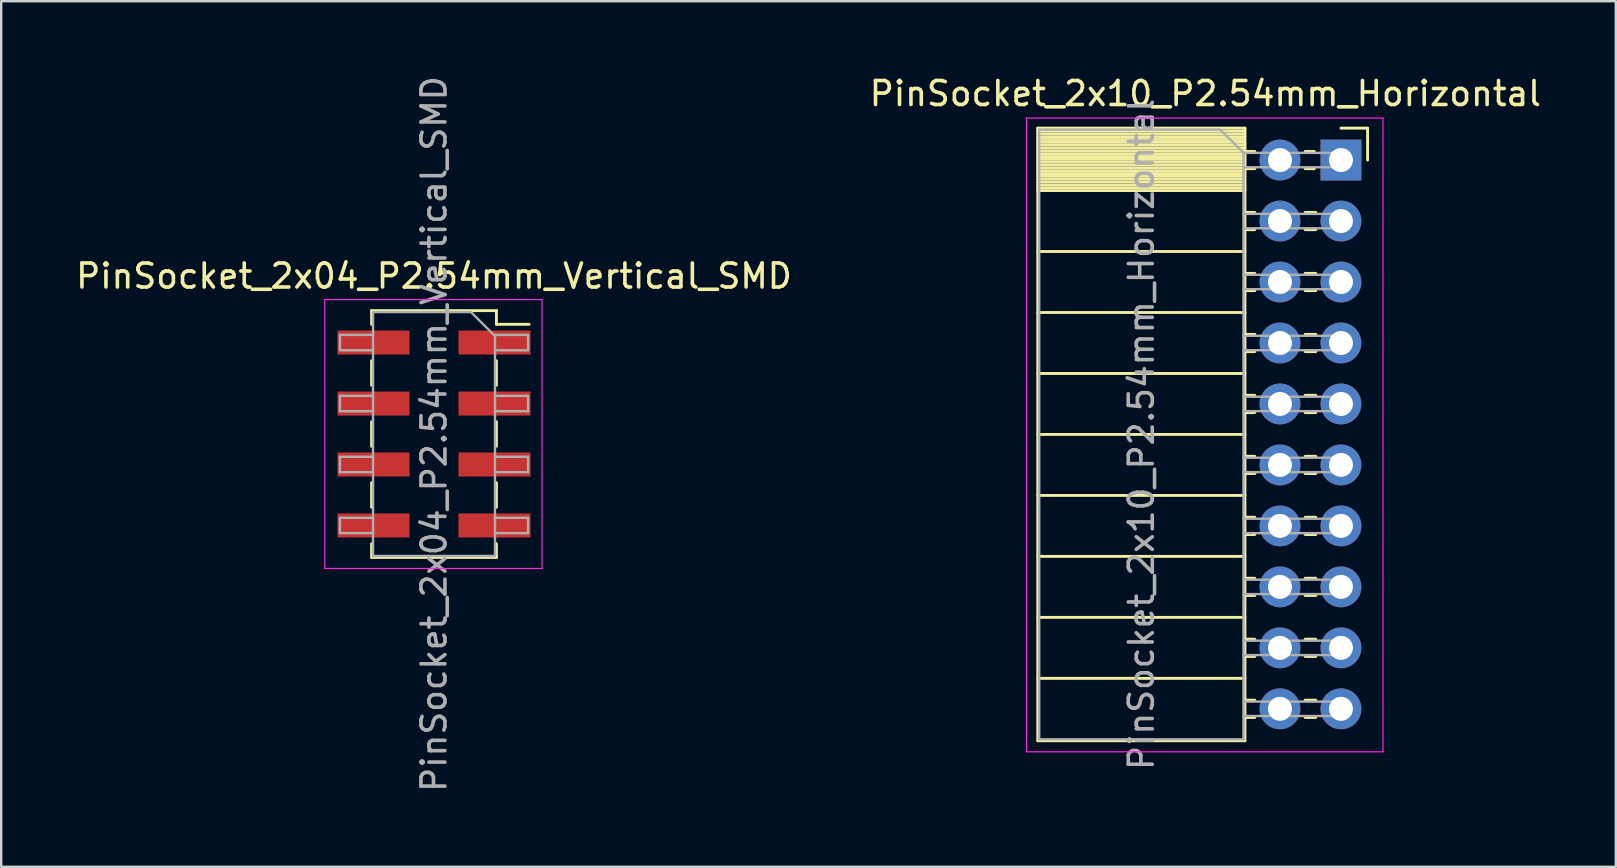
<source format=kicad_pcb>
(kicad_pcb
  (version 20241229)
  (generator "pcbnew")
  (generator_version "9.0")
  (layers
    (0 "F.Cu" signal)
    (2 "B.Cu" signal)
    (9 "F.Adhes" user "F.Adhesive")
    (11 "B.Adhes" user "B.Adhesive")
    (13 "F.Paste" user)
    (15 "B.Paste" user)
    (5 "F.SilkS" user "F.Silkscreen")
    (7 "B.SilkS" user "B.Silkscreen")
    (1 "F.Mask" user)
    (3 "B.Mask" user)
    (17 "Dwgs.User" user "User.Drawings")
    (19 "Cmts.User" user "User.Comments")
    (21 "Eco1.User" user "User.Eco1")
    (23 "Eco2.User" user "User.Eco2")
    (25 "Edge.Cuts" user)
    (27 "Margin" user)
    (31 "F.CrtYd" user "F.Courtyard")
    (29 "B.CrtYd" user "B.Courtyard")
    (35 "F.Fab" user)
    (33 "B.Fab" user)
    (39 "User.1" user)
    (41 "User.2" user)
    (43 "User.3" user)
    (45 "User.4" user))
  (footprint "PinSocket_2x10_P2.54mm_Horizontal"
    (layer "F.Cu")
    (at 52.811 3.618)
    (property "Reference" "PinSocket_2x10_P2.54mm_Horizontal" (at -5.65 -2.77 0) (layer "F.SilkS") (effects (font (size 1 1) (thickness 0.15))))
    (attr through_hole)
    (fp_line (start -12.63 -1.33) (end -12.63 24.19) (stroke (width 0.12) (type solid)) (layer "F.SilkS"))
    (fp_line (start -12.63 -1.33) (end -4 -1.33) (stroke (width 0.12) (type solid)) (layer "F.SilkS"))
    (fp_line (start -12.63 -1.21) (end -4 -1.21) (stroke (width 0.12) (type solid)) (layer "F.SilkS"))
    (fp_line (start -12.63 -1.092) (end -4 -1.092) (stroke (width 0.12) (type solid)) (layer "F.SilkS"))
    (fp_line (start -12.63 -0.974) (end -4 -0.974) (stroke (width 0.12) (type solid)) (layer "F.SilkS"))
    (fp_line (start -12.63 -0.856) (end -4 -0.856) (stroke (width 0.12) (type solid)) (layer "F.SilkS"))
    (fp_line (start -12.63 -0.738) (end -4 -0.738) (stroke (width 0.12) (type solid)) (layer "F.SilkS"))
    (fp_line (start -12.63 -0.62) (end -4 -0.62) (stroke (width 0.12) (type solid)) (layer "F.SilkS"))
    (fp_line (start -12.63 -0.501) (end -4 -0.501) (stroke (width 0.12) (type solid)) (layer "F.SilkS"))
    (fp_line (start -12.63 -0.383) (end -4 -0.383) (stroke (width 0.12) (type solid)) (layer "F.SilkS"))
    (fp_line (start -12.63 -0.265) (end -4 -0.265) (stroke (width 0.12) (type solid)) (layer "F.SilkS"))
    (fp_line (start -12.63 -0.147) (end -4 -0.147) (stroke (width 0.12) (type solid)) (layer "F.SilkS"))
    (fp_line (start -12.63 -0.029) (end -4 -0.029) (stroke (width 0.12) (type solid)) (layer "F.SilkS"))
    (fp_line (start -12.63 0.089) (end -4 0.089) (stroke (width 0.12) (type solid)) (layer "F.SilkS"))
    (fp_line (start -12.63 0.207) (end -4 0.207) (stroke (width 0.12) (type solid)) (layer "F.SilkS"))
    (fp_line (start -12.63 0.325) (end -4 0.325) (stroke (width 0.12) (type solid)) (layer "F.SilkS"))
    (fp_line (start -12.63 0.443) (end -4 0.443) (stroke (width 0.12) (type solid)) (layer "F.SilkS"))
    (fp_line (start -12.63 0.561) (end -4 0.561) (stroke (width 0.12) (type solid)) (layer "F.SilkS"))
    (fp_line (start -12.63 0.68) (end -4 0.68) (stroke (width 0.12) (type solid)) (layer "F.SilkS"))
    (fp_line (start -12.63 0.798) (end -4 0.798) (stroke (width 0.12) (type solid)) (layer "F.SilkS"))
    (fp_line (start -12.63 0.916) (end -4 0.916) (stroke (width 0.12) (type solid)) (layer "F.SilkS"))
    (fp_line (start -12.63 1.034) (end -4 1.034) (stroke (width 0.12) (type solid)) (layer "F.SilkS"))
    (fp_line (start -12.63 1.152) (end -4 1.152) (stroke (width 0.12) (type solid)) (layer "F.SilkS"))
    (fp_line (start -12.63 1.27) (end -4 1.27) (stroke (width 0.12) (type solid)) (layer "F.SilkS"))
    (fp_line (start -12.63 3.81) (end -4 3.81) (stroke (width 0.12) (type solid)) (layer "F.SilkS"))
    (fp_line (start -12.63 6.35) (end -4 6.35) (stroke (width 0.12) (type solid)) (layer "F.SilkS"))
    (fp_line (start -12.63 8.89) (end -4 8.89) (stroke (width 0.12) (type solid)) (layer "F.SilkS"))
    (fp_line (start -12.63 11.43) (end -4 11.43) (stroke (width 0.12) (type solid)) (layer "F.SilkS"))
    (fp_line (start -12.63 13.97) (end -4 13.97) (stroke (width 0.12) (type solid)) (layer "F.SilkS"))
    (fp_line (start -12.63 16.51) (end -4 16.51) (stroke (width 0.12) (type solid)) (layer "F.SilkS"))
    (fp_line (start -12.63 19.05) (end -4 19.05) (stroke (width 0.12) (type solid)) (layer "F.SilkS"))
    (fp_line (start -12.63 21.59) (end -4 21.59) (stroke (width 0.12) (type solid)) (layer "F.SilkS"))
    (fp_line (start -12.63 24.19) (end -4 24.19) (stroke (width 0.12) (type solid)) (layer "F.SilkS"))
    (fp_line (start -4 -1.33) (end -4 24.19) (stroke (width 0.12) (type solid)) (layer "F.SilkS"))
    (fp_line (start -4 -0.36) (end -3.59 -0.36) (stroke (width 0.12) (type solid)) (layer "F.SilkS"))
    (fp_line (start -4 0.36) (end -3.59 0.36) (stroke (width 0.12) (type solid)) (layer "F.SilkS"))
    (fp_line (start -4 2.18) (end -3.59 2.18) (stroke (width 0.12) (type solid)) (layer "F.SilkS"))
    (fp_line (start -4 2.9) (end -3.59 2.9) (stroke (width 0.12) (type solid)) (layer "F.SilkS"))
    (fp_line (start -4 4.72) (end -3.59 4.72) (stroke (width 0.12) (type solid)) (layer "F.SilkS"))
    (fp_line (start -4 5.44) (end -3.59 5.44) (stroke (width 0.12) (type solid)) (layer "F.SilkS"))
    (fp_line (start -4 7.26) (end -3.59 7.26) (stroke (width 0.12) (type solid)) (layer "F.SilkS"))
    (fp_line (start -4 7.98) (end -3.59 7.98) (stroke (width 0.12) (type solid)) (layer "F.SilkS"))
    (fp_line (start -4 9.8) (end -3.59 9.8) (stroke (width 0.12) (type solid)) (layer "F.SilkS"))
    (fp_line (start -4 10.52) (end -3.59 10.52) (stroke (width 0.12) (type solid)) (layer "F.SilkS"))
    (fp_line (start -4 12.34) (end -3.59 12.34) (stroke (width 0.12) (type solid)) (layer "F.SilkS"))
    (fp_line (start -4 13.06) (end -3.59 13.06) (stroke (width 0.12) (type solid)) (layer "F.SilkS"))
    (fp_line (start -4 14.88) (end -3.59 14.88) (stroke (width 0.12) (type solid)) (layer "F.SilkS"))
    (fp_line (start -4 15.6) (end -3.59 15.6) (stroke (width 0.12) (type solid)) (layer "F.SilkS"))
    (fp_line (start -4 17.42) (end -3.59 17.42) (stroke (width 0.12) (type solid)) (layer "F.SilkS"))
    (fp_line (start -4 18.14) (end -3.59 18.14) (stroke (width 0.12) (type solid)) (layer "F.SilkS"))
    (fp_line (start -4 19.96) (end -3.59 19.96) (stroke (width 0.12) (type solid)) (layer "F.SilkS"))
    (fp_line (start -4 20.68) (end -3.59 20.68) (stroke (width 0.12) (type solid)) (layer "F.SilkS"))
    (fp_line (start -4 22.5) (end -3.59 22.5) (stroke (width 0.12) (type solid)) (layer "F.SilkS"))
    (fp_line (start -4 23.22) (end -3.59 23.22) (stroke (width 0.12) (type solid)) (layer "F.SilkS"))
    (fp_line (start -1.49 -0.36) (end -1.11 -0.36) (stroke (width 0.12) (type solid)) (layer "F.SilkS"))
    (fp_line (start -1.49 0.36) (end -1.11 0.36) (stroke (width 0.12) (type solid)) (layer "F.SilkS"))
    (fp_line (start -1.49 2.18) (end -1.05 2.18) (stroke (width 0.12) (type solid)) (layer "F.SilkS"))
    (fp_line (start -1.49 2.9) (end -1.05 2.9) (stroke (width 0.12) (type solid)) (layer "F.SilkS"))
    (fp_line (start -1.49 4.72) (end -1.05 4.72) (stroke (width 0.12) (type solid)) (layer "F.SilkS"))
    (fp_line (start -1.49 5.44) (end -1.05 5.44) (stroke (width 0.12) (type solid)) (layer "F.SilkS"))
    (fp_line (start -1.49 7.26) (end -1.05 7.26) (stroke (width 0.12) (type solid)) (layer "F.SilkS"))
    (fp_line (start -1.49 7.98) (end -1.05 7.98) (stroke (width 0.12) (type solid)) (layer "F.SilkS"))
    (fp_line (start -1.49 9.8) (end -1.05 9.8) (stroke (width 0.12) (type solid)) (layer "F.SilkS"))
    (fp_line (start -1.49 10.52) (end -1.05 10.52) (stroke (width 0.12) (type solid)) (layer "F.SilkS"))
    (fp_line (start -1.49 12.34) (end -1.05 12.34) (stroke (width 0.12) (type solid)) (layer "F.SilkS"))
    (fp_line (start -1.49 13.06) (end -1.05 13.06) (stroke (width 0.12) (type solid)) (layer "F.SilkS"))
    (fp_line (start -1.49 14.88) (end -1.05 14.88) (stroke (width 0.12) (type solid)) (layer "F.SilkS"))
    (fp_line (start -1.49 15.6) (end -1.05 15.6) (stroke (width 0.12) (type solid)) (layer "F.SilkS"))
    (fp_line (start -1.49 17.42) (end -1.05 17.42) (stroke (width 0.12) (type solid)) (layer "F.SilkS"))
    (fp_line (start -1.49 18.14) (end -1.05 18.14) (stroke (width 0.12) (type solid)) (layer "F.SilkS"))
    (fp_line (start -1.49 19.96) (end -1.05 19.96) (stroke (width 0.12) (type solid)) (layer "F.SilkS"))
    (fp_line (start -1.49 20.68) (end -1.05 20.68) (stroke (width 0.12) (type solid)) (layer "F.SilkS"))
    (fp_line (start -1.49 22.5) (end -1.05 22.5) (stroke (width 0.12) (type solid)) (layer "F.SilkS"))
    (fp_line (start -1.49 23.22) (end -1.05 23.22) (stroke (width 0.12) (type solid)) (layer "F.SilkS"))
    (fp_line (start 0 -1.33) (end 1.11 -1.33) (stroke (width 0.12) (type solid)) (layer "F.SilkS"))
    (fp_line (start 1.11 -1.33) (end 1.11 0) (stroke (width 0.12) (type solid)) (layer "F.SilkS"))
    (fp_line (start -13.1 -1.75) (end -13.1 24.65) (stroke (width 0.05) (type solid)) (layer "F.CrtYd"))
    (fp_line (start -13.1 24.65) (end 1.75 24.65) (stroke (width 0.05) (type solid)) (layer "F.CrtYd"))
    (fp_line (start 1.75 -1.75) (end -13.1 -1.75) (stroke (width 0.05) (type solid)) (layer "F.CrtYd"))
    (fp_line (start 1.75 24.65) (end 1.75 -1.75) (stroke (width 0.05) (type solid)) (layer "F.CrtYd"))
    (fp_line (start -12.57 -1.27) (end -5.03 -1.27) (stroke (width 0.1) (type solid)) (layer "F.Fab"))
    (fp_line (start -12.57 24.13) (end -12.57 -1.27) (stroke (width 0.1) (type solid)) (layer "F.Fab"))
    (fp_line (start -5.03 -1.27) (end -4.06 -0.3) (stroke (width 0.1) (type solid)) (layer "F.Fab"))
    (fp_line (start -4.06 -0.3) (end -4.06 24.13) (stroke (width 0.1) (type solid)) (layer "F.Fab"))
    (fp_line (start -4.06 0.3) (end 0 0.3) (stroke (width 0.1) (type solid)) (layer "F.Fab"))
    (fp_line (start -4.06 2.84) (end 0 2.84) (stroke (width 0.1) (type solid)) (layer "F.Fab"))
    (fp_line (start -4.06 5.38) (end 0 5.38) (stroke (width 0.1) (type solid)) (layer "F.Fab"))
    (fp_line (start -4.06 7.92) (end 0 7.92) (stroke (width 0.1) (type solid)) (layer "F.Fab"))
    (fp_line (start -4.06 10.46) (end 0 10.46) (stroke (width 0.1) (type solid)) (layer "F.Fab"))
    (fp_line (start -4.06 13) (end 0 13) (stroke (width 0.1) (type solid)) (layer "F.Fab"))
    (fp_line (start -4.06 15.54) (end 0 15.54) (stroke (width 0.1) (type solid)) (layer "F.Fab"))
    (fp_line (start -4.06 18.08) (end 0 18.08) (stroke (width 0.1) (type solid)) (layer "F.Fab"))
    (fp_line (start -4.06 20.62) (end 0 20.62) (stroke (width 0.1) (type solid)) (layer "F.Fab"))
    (fp_line (start -4.06 23.16) (end 0 23.16) (stroke (width 0.1) (type solid)) (layer "F.Fab"))
    (fp_line (start -4.06 24.13) (end -12.57 24.13) (stroke (width 0.1) (type solid)) (layer "F.Fab"))
    (fp_line (start 0 -0.3) (end -4.06 -0.3) (stroke (width 0.1) (type solid)) (layer "F.Fab"))
    (fp_line (start 0 0.3) (end 0 -0.3) (stroke (width 0.1) (type solid)) (layer "F.Fab"))
    (fp_line (start 0 2.24) (end -4.06 2.24) (stroke (width 0.1) (type solid)) (layer "F.Fab"))
    (fp_line (start 0 2.84) (end 0 2.24) (stroke (width 0.1) (type solid)) (layer "F.Fab"))
    (fp_line (start 0 4.78) (end -4.06 4.78) (stroke (width 0.1) (type solid)) (layer "F.Fab"))
    (fp_line (start 0 5.38) (end 0 4.78) (stroke (width 0.1) (type solid)) (layer "F.Fab"))
    (fp_line (start 0 7.32) (end -4.06 7.32) (stroke (width 0.1) (type solid)) (layer "F.Fab"))
    (fp_line (start 0 7.92) (end 0 7.32) (stroke (width 0.1) (type solid)) (layer "F.Fab"))
    (fp_line (start 0 9.86) (end -4.06 9.86) (stroke (width 0.1) (type solid)) (layer "F.Fab"))
    (fp_line (start 0 10.46) (end 0 9.86) (stroke (width 0.1) (type solid)) (layer "F.Fab"))
    (fp_line (start 0 12.4) (end -4.06 12.4) (stroke (width 0.1) (type solid)) (layer "F.Fab"))
    (fp_line (start 0 13) (end 0 12.4) (stroke (width 0.1) (type solid)) (layer "F.Fab"))
    (fp_line (start 0 14.94) (end -4.06 14.94) (stroke (width 0.1) (type solid)) (layer "F.Fab"))
    (fp_line (start 0 15.54) (end 0 14.94) (stroke (width 0.1) (type solid)) (layer "F.Fab"))
    (fp_line (start 0 17.48) (end -4.06 17.48) (stroke (width 0.1) (type solid)) (layer "F.Fab"))
    (fp_line (start 0 18.08) (end 0 17.48) (stroke (width 0.1) (type solid)) (layer "F.Fab"))
    (fp_line (start 0 20.02) (end -4.06 20.02) (stroke (width 0.1) (type solid)) (layer "F.Fab"))
    (fp_line (start 0 20.62) (end 0 20.02) (stroke (width 0.1) (type solid)) (layer "F.Fab"))
    (fp_line (start 0 22.56) (end -4.06 22.56) (stroke (width 0.1) (type solid)) (layer "F.Fab"))
    (fp_line (start 0 23.16) (end 0 22.56) (stroke (width 0.1) (type solid)) (layer "F.Fab"))
    (fp_text user "${REFERENCE}" (at -8.315 11.43 90) (layer "F.Fab") (effects (font (size 1 1) (thickness 0.15))))
    (pad "1" thru_hole rect (at 0 0) (size 1.7 1.7) (drill 1) (layers "*.Cu" "*.Mask"))
    (pad "2" thru_hole circle (at -2.54 0) (size 1.7 1.7) (drill 1) (layers "*.Cu" "*.Mask"))
    (pad "3" thru_hole circle (at 0 2.54) (size 1.7 1.7) (drill 1) (layers "*.Cu" "*.Mask"))
    (pad "4" thru_hole circle (at -2.54 2.54) (size 1.7 1.7) (drill 1) (layers "*.Cu" "*.Mask"))
    (pad "5" thru_hole circle (at 0 5.08) (size 1.7 1.7) (drill 1) (layers "*.Cu" "*.Mask"))
    (pad "6" thru_hole circle (at -2.54 5.08) (size 1.7 1.7) (drill 1) (layers "*.Cu" "*.Mask"))
    (pad "7" thru_hole circle (at 0 7.62) (size 1.7 1.7) (drill 1) (layers "*.Cu" "*.Mask"))
    (pad "8" thru_hole circle (at -2.54 7.62) (size 1.7 1.7) (drill 1) (layers "*.Cu" "*.Mask"))
    (pad "9" thru_hole circle (at 0 10.16) (size 1.7 1.7) (drill 1) (layers "*.Cu" "*.Mask"))
    (pad "10" thru_hole circle (at -2.54 10.16) (size 1.7 1.7) (drill 1) (layers "*.Cu" "*.Mask"))
    (pad "11" thru_hole circle (at 0 12.7) (size 1.7 1.7) (drill 1) (layers "*.Cu" "*.Mask"))
    (pad "12" thru_hole circle (at -2.54 12.7) (size 1.7 1.7) (drill 1) (layers "*.Cu" "*.Mask"))
    (pad "13" thru_hole circle (at 0 15.24) (size 1.7 1.7) (drill 1) (layers "*.Cu" "*.Mask"))
    (pad "14" thru_hole circle (at -2.54 15.24) (size 1.7 1.7) (drill 1) (layers "*.Cu" "*.Mask"))
    (pad "15" thru_hole circle (at 0 17.78) (size 1.7 1.7) (drill 1) (layers "*.Cu" "*.Mask"))
    (pad "16" thru_hole circle (at -2.54 17.78) (size 1.7 1.7) (drill 1) (layers "*.Cu" "*.Mask"))
    (pad "17" thru_hole circle (at 0 20.32) (size 1.7 1.7) (drill 1) (layers "*.Cu" "*.Mask"))
    (pad "18" thru_hole circle (at -2.54 20.32) (size 1.7 1.7) (drill 1) (layers "*.Cu" "*.Mask"))
    (pad "19" thru_hole circle (at 0 22.86) (size 1.7 1.7) (drill 1) (layers "*.Cu" "*.Mask"))
    (pad "20" thru_hole circle (at -2.54 22.86) (size 1.7 1.7) (drill 1) (layers "*.Cu" "*.Mask")))
  (footprint "PinSocket_2x04_P2.54mm_Vertical_SMD"
    (layer "F.Cu")
    (at 15.03 15.03)
    (property "Reference" "PinSocket_2x04_P2.54mm_Vertical_SMD" (at 0 -6.58 0) (layer "F.SilkS") (effects (font (size 1 1) (thickness 0.15))))
    (attr smd)
    (fp_line (start -2.6 -5.14) (end -2.6 -4.57) (stroke (width 0.12) (type solid)) (layer "F.SilkS"))
    (fp_line (start -2.6 -5.14) (end 2.6 -5.14) (stroke (width 0.12) (type solid)) (layer "F.SilkS"))
    (fp_line (start -2.6 -3.05) (end -2.6 -2.03) (stroke (width 0.12) (type solid)) (layer "F.SilkS"))
    (fp_line (start -2.6 -0.51) (end -2.6 0.51) (stroke (width 0.12) (type solid)) (layer "F.SilkS"))
    (fp_line (start -2.6 2.03) (end -2.6 3.05) (stroke (width 0.12) (type solid)) (layer "F.SilkS"))
    (fp_line (start -2.6 4.57) (end -2.6 5.14) (stroke (width 0.12) (type solid)) (layer "F.SilkS"))
    (fp_line (start -2.6 5.14) (end 2.6 5.14) (stroke (width 0.12) (type solid)) (layer "F.SilkS"))
    (fp_line (start 2.6 -5.14) (end 2.6 -4.57) (stroke (width 0.12) (type solid)) (layer "F.SilkS"))
    (fp_line (start 2.6 -4.57) (end 3.96 -4.57) (stroke (width 0.12) (type solid)) (layer "F.SilkS"))
    (fp_line (start 2.6 -3.05) (end 2.6 -2.03) (stroke (width 0.12) (type solid)) (layer "F.SilkS"))
    (fp_line (start 2.6 -0.51) (end 2.6 0.51) (stroke (width 0.12) (type solid)) (layer "F.SilkS"))
    (fp_line (start 2.6 2.03) (end 2.6 3.05) (stroke (width 0.12) (type solid)) (layer "F.SilkS"))
    (fp_line (start 2.6 4.57) (end 2.6 5.14) (stroke (width 0.12) (type solid)) (layer "F.SilkS"))
    (fp_line (start -4.55 -5.6) (end 4.5 -5.6) (stroke (width 0.05) (type solid)) (layer "F.CrtYd"))
    (fp_line (start -4.55 5.6) (end -4.55 -5.6) (stroke (width 0.05) (type solid)) (layer "F.CrtYd"))
    (fp_line (start 4.5 -5.6) (end 4.5 5.6) (stroke (width 0.05) (type solid)) (layer "F.CrtYd"))
    (fp_line (start 4.5 5.6) (end -4.55 5.6) (stroke (width 0.05) (type solid)) (layer "F.CrtYd"))
    (fp_line (start -3.92 -4.13) (end -2.54 -4.13) (stroke (width 0.1) (type solid)) (layer "F.Fab"))
    (fp_line (start -3.92 -3.49) (end -3.92 -4.13) (stroke (width 0.1) (type solid)) (layer "F.Fab"))
    (fp_line (start -3.92 -1.59) (end -2.54 -1.59) (stroke (width 0.1) (type solid)) (layer "F.Fab"))
    (fp_line (start -3.92 -0.95) (end -3.92 -1.59) (stroke (width 0.1) (type solid)) (layer "F.Fab"))
    (fp_line (start -3.92 0.95) (end -2.54 0.95) (stroke (width 0.1) (type solid)) (layer "F.Fab"))
    (fp_line (start -3.92 1.59) (end -3.92 0.95) (stroke (width 0.1) (type solid)) (layer "F.Fab"))
    (fp_line (start -3.92 3.49) (end -2.54 3.49) (stroke (width 0.1) (type solid)) (layer "F.Fab"))
    (fp_line (start -3.92 4.13) (end -3.92 3.49) (stroke (width 0.1) (type solid)) (layer "F.Fab"))
    (fp_line (start -2.54 -5.08) (end 1.54 -5.08) (stroke (width 0.1) (type solid)) (layer "F.Fab"))
    (fp_line (start -2.54 -3.49) (end -3.92 -3.49) (stroke (width 0.1) (type solid)) (layer "F.Fab"))
    (fp_line (start -2.54 -0.95) (end -3.92 -0.95) (stroke (width 0.1) (type solid)) (layer "F.Fab"))
    (fp_line (start -2.54 1.59) (end -3.92 1.59) (stroke (width 0.1) (type solid)) (layer "F.Fab"))
    (fp_line (start -2.54 4.13) (end -3.92 4.13) (stroke (width 0.1) (type solid)) (layer "F.Fab"))
    (fp_line (start -2.54 5.08) (end -2.54 -5.08) (stroke (width 0.1) (type solid)) (layer "F.Fab"))
    (fp_line (start 1.54 -5.08) (end 2.54 -4.08) (stroke (width 0.1) (type solid)) (layer "F.Fab"))
    (fp_line (start 2.54 -4.13) (end 3.92 -4.13) (stroke (width 0.1) (type solid)) (layer "F.Fab"))
    (fp_line (start 2.54 -4.08) (end 2.54 5.08) (stroke (width 0.1) (type solid)) (layer "F.Fab"))
    (fp_line (start 2.54 -1.59) (end 3.92 -1.59) (stroke (width 0.1) (type solid)) (layer "F.Fab"))
    (fp_line (start 2.54 0.95) (end 3.92 0.95) (stroke (width 0.1) (type solid)) (layer "F.Fab"))
    (fp_line (start 2.54 3.49) (end 3.92 3.49) (stroke (width 0.1) (type solid)) (layer "F.Fab"))
    (fp_line (start 2.54 5.08) (end -2.54 5.08) (stroke (width 0.1) (type solid)) (layer "F.Fab"))
    (fp_line (start 3.92 -4.13) (end 3.92 -3.49) (stroke (width 0.1) (type solid)) (layer "F.Fab"))
    (fp_line (start 3.92 -3.49) (end 2.54 -3.49) (stroke (width 0.1) (type solid)) (layer "F.Fab"))
    (fp_line (start 3.92 -1.59) (end 3.92 -0.95) (stroke (width 0.1) (type solid)) (layer "F.Fab"))
    (fp_line (start 3.92 -0.95) (end 2.54 -0.95) (stroke (width 0.1) (type solid)) (layer "F.Fab"))
    (fp_line (start 3.92 0.95) (end 3.92 1.59) (stroke (width 0.1) (type solid)) (layer "F.Fab"))
    (fp_line (start 3.92 1.59) (end 2.54 1.59) (stroke (width 0.1) (type solid)) (layer "F.Fab"))
    (fp_line (start 3.92 3.49) (end 3.92 4.13) (stroke (width 0.1) (type solid)) (layer "F.Fab"))
    (fp_line (start 3.92 4.13) (end 2.54 4.13) (stroke (width 0.1) (type solid)) (layer "F.Fab"))
    (fp_text user "${REFERENCE}" (at 0 0 90) (layer "F.Fab") (effects (font (size 1 1) (thickness 0.15))))
    (pad "1" smd rect (at 2.52 -3.81) (size 3 1) (layers "F.Cu" "F.Mask" "F.Paste"))
    (pad "2" smd rect (at -2.52 -3.81) (size 3 1) (layers "F.Cu" "F.Mask" "F.Paste"))
    (pad "3" smd rect (at 2.52 -1.27) (size 3 1) (layers "F.Cu" "F.Mask" "F.Paste"))
    (pad "4" smd rect (at -2.52 -1.27) (size 3 1) (layers "F.Cu" "F.Mask" "F.Paste"))
    (pad "5" smd rect (at 2.52 1.27) (size 3 1) (layers "F.Cu" "F.Mask" "F.Paste"))
    (pad "6" smd rect (at -2.52 1.27) (size 3 1) (layers "F.Cu" "F.Mask" "F.Paste"))
    (pad "7" smd rect (at 2.52 3.81) (size 3 1) (layers "F.Cu" "F.Mask" "F.Paste"))
    (pad "8" smd rect (at -2.52 3.81) (size 3 1) (layers "F.Cu" "F.Mask" "F.Paste")))
  (gr_rect
    (start -3 -3)
    (end 64.262 33.06)
    (stroke (width 0.1) (type default))
    (fill no)
    (layer "Edge.Cuts")))
</source>
